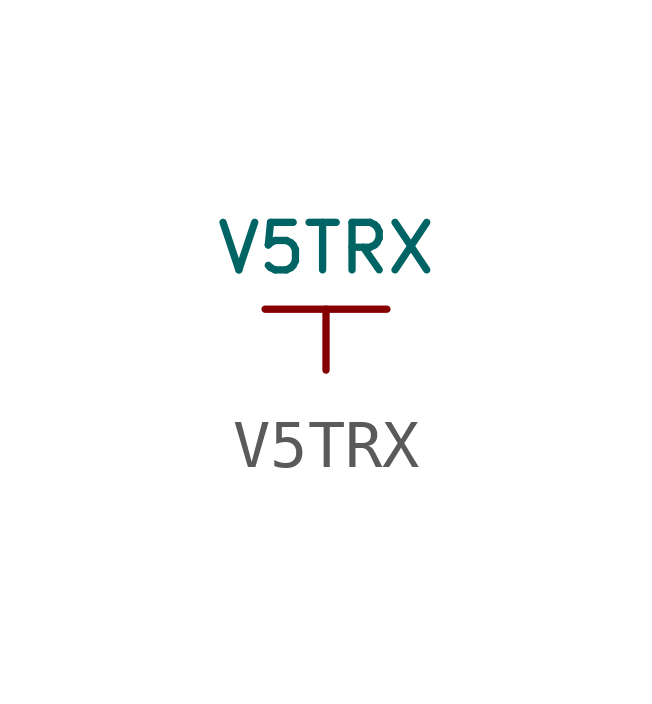
<source format=kicad_sym>
(kicad_symbol_lib
  (version 20220914)
  (generator kicad_symbol_editor)
  (symbol "V5TRX"
    (power)
    (pin_numbers hide)
    (pin_names
      (offset 0) hide)
    (property "Reference" "#PWR"
      (at 0 -2.54 0)
      (effects (font (size 1.524 1.524)) hide))
    (property "Value" "V5TRX"
      (at 0 1.27 0)
      (effects (font (size 0.991 0.991))))
    (property "Footprint" ""
      (at 0 0 0)
      (effects (font (size 1.524 1.524))))
    (property "Datasheet" ""
      (at 0 0 0)
      (effects (font (size 1.524 1.524))))
    (symbol "V5TRX_0_1"
      (polyline (pts (xy -1.27 0) (xy 1.27 0)) (stroke (width 0) (type default)) (fill (type none))))
    (symbol "V5TRX_1_1"
      (pin power_in line (at 0 -1.27 90) (length 1.27) (name "V5TRX" (effects (font (size 1.27 1.27)))) (number "1" (effects (font (size 1.27 1.27))))))))
</source>
